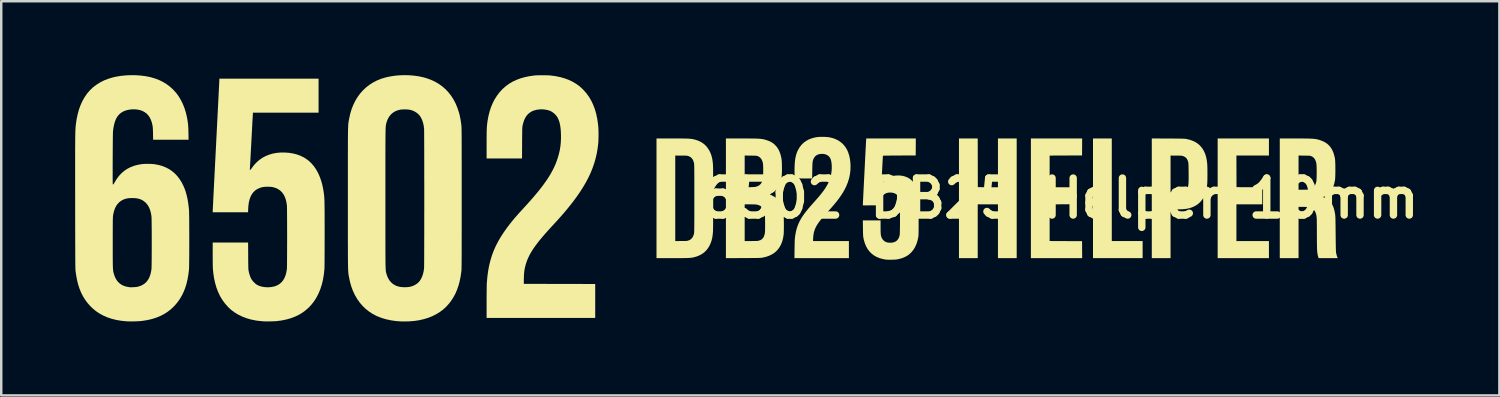
<source format=kicad_pcb>
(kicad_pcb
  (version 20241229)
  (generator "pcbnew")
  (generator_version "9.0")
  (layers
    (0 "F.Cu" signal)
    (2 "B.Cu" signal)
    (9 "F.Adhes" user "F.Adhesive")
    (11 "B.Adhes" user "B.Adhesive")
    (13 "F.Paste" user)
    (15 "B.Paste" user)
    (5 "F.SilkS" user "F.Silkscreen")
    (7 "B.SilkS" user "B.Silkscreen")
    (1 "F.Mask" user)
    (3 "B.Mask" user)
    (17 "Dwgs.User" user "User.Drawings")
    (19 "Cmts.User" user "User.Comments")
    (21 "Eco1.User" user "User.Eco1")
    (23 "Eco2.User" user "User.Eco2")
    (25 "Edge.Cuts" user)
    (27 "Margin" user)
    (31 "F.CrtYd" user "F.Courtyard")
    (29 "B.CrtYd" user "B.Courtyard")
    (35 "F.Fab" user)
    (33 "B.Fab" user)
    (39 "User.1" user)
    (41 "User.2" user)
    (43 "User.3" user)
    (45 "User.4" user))
  (footprint "6502 DB25 Helper 10mm"
    (layer "F.Cu")
    (at 39.973 4.999)
    (property "Reference" "6502 DB25 Helper 10mm" (at 0 0 0) (layer "F.SilkS") (effects (font (size 1.5 1.5) (thickness 0.3))))
    (attr board_only exclude_from_pos_files exclude_from_bom)
    (fp_poly (pts (xy 2.103 -0.347) (xy 2.103 1.735) (xy 2.729 1.735) (xy 3.355 1.735) (xy 3.355 2.081) (xy 3.355 2.428) (xy 2.348 2.428) (xy 1.341 2.428) (xy 1.341 0) (xy 1.341 -2.428) (xy 1.722 -2.428) (xy 2.103 -2.428)) (stroke (width 0) (type solid)) (fill yes) (layer "F.SilkS"))
    (fp_poly (pts (xy -3.336 -1.44) (xy -3.334 -0.453) (xy -2.925 -0.45) (xy -2.517 -0.448) (xy -2.517 -1.438) (xy -2.517 -2.428) (xy -2.136 -2.428) (xy -1.756 -2.428) (xy -1.756 0) (xy -1.756 2.428) (xy -2.136 2.428) (xy -2.517 2.428) (xy -2.517 1.337) (xy -2.517 0.245) (xy -2.928 0.245) (xy -3.338 0.245) (xy -3.338 1.337) (xy -3.338 2.428) (xy -3.719 2.428) (xy -4.099 2.428) (xy -4.099 0) (xy -4.099 -2.428) (xy -3.719 -2.428) (xy -3.338 -2.428)) (stroke (width 0) (type solid)) (fill yes) (layer "F.SilkS"))
    (fp_poly (pts (xy 0.899 -2.084) (xy 0.897 -1.739) (xy 0.239 -1.737) (xy -0.419 -1.734) (xy -0.419 -1.091) (xy -0.419 -0.448) (xy 0.106 -0.448) (xy 0.631 -0.448) (xy 0.628 -0.104) (xy 0.626 0.241) (xy 0.104 0.243) (xy -0.419 0.245) (xy -0.419 0.99) (xy -0.419 1.734) (xy 0.239 1.737) (xy 0.897 1.739) (xy 0.899 2.084) (xy 0.901 2.428) (xy -0.14 2.428) (xy -1.18 2.428) (xy -1.18 0) (xy -1.18 -2.428) (xy -0.14 -2.428) (xy 0.901 -2.428)) (stroke (width 0) (type solid)) (fill yes) (layer "F.SilkS"))
    (fp_poly (pts (xy 8.482 -2.081) (xy 8.482 -1.735) (xy 7.822 -1.735) (xy 7.162 -1.735) (xy 7.164 -1.094) (xy 7.166 -0.453) (xy 7.689 -0.45) (xy 8.211 -0.448) (xy 8.211 -0.101) (xy 8.211 0.245) (xy 7.687 0.245) (xy 7.162 0.245) (xy 7.162 0.99) (xy 7.162 1.735) (xy 7.822 1.735) (xy 8.482 1.735) (xy 8.482 2.081) (xy 8.482 2.428) (xy 7.441 2.428) (xy 6.401 2.428) (xy 6.401 0) (xy 6.401 -2.428) (xy 7.441 -2.428) (xy 8.482 -2.428)) (stroke (width 0) (type solid)) (fill yes) (layer "F.SilkS"))
    (fp_poly (pts (xy 4.393 -2.426) (xy 4.518 -2.425) (xy 4.626 -2.425) (xy 4.721 -2.424) (xy 4.801 -2.423) (xy 4.87 -2.422) (xy 4.928 -2.421) (xy 4.976 -2.42) (xy 5.016 -2.419) (xy 5.048 -2.417) (xy 5.074 -2.416) (xy 5.096 -2.414) (xy 5.114 -2.411) (xy 5.129 -2.409) (xy 5.132 -2.408) (xy 5.265 -2.376) (xy 5.384 -2.335) (xy 5.491 -2.285) (xy 5.586 -2.224) (xy 5.67 -2.153) (xy 5.744 -2.071) (xy 5.789 -2.009) (xy 5.847 -1.911) (xy 5.894 -1.803) (xy 5.931 -1.685) (xy 5.958 -1.554) (xy 5.976 -1.411) (xy 5.977 -1.393) (xy 5.98 -1.35) (xy 5.982 -1.293) (xy 5.984 -1.226) (xy 5.985 -1.15) (xy 5.986 -1.069) (xy 5.986 -0.985) (xy 5.986 -0.901) (xy 5.985 -0.82) (xy 5.984 -0.745) (xy 5.982 -0.678) (xy 5.98 -0.623) (xy 5.977 -0.581) (xy 5.977 -0.58) (xy 5.958 -0.427) (xy 5.928 -0.286) (xy 5.887 -0.159) (xy 5.834 -0.043) (xy 5.77 0.06) (xy 5.694 0.15) (xy 5.607 0.229) (xy 5.509 0.296) (xy 5.399 0.351) (xy 5.38 0.358) (xy 5.316 0.382) (xy 5.252 0.402) (xy 5.185 0.417) (xy 5.114 0.429) (xy 5.035 0.438) (xy 4.947 0.444) (xy 4.846 0.447) (xy 4.732 0.448) (xy 4.489 0.448) (xy 4.489 1.438) (xy 4.489 2.428) (xy 4.108 2.428) (xy 3.727 2.428) (xy 3.727 -0.000426) (xy 3.727 -0.99) (xy 4.489 -0.99) (xy 4.489 -0.245) (xy 4.705 -0.245) (xy 4.778 -0.246) (xy 4.836 -0.246) (xy 4.882 -0.248) (xy 4.917 -0.25) (xy 4.945 -0.253) (xy 4.968 -0.257) (xy 4.974 -0.259) (xy 5.043 -0.284) (xy 5.101 -0.322) (xy 5.147 -0.371) (xy 5.182 -0.433) (xy 5.196 -0.473) (xy 5.203 -0.5) (xy 5.209 -0.531) (xy 5.214 -0.567) (xy 5.217 -0.61) (xy 5.22 -0.661) (xy 5.222 -0.721) (xy 5.223 -0.793) (xy 5.223 -0.878) (xy 5.223 -0.977) (xy 5.222 -1.045) (xy 5.221 -1.137) (xy 5.22 -1.214) (xy 5.219 -1.277) (xy 5.218 -1.328) (xy 5.216 -1.37) (xy 5.214 -1.402) (xy 5.212 -1.428) (xy 5.209 -1.449) (xy 5.206 -1.467) (xy 5.204 -1.476) (xy 5.179 -1.55) (xy 5.146 -1.609) (xy 5.104 -1.655) (xy 5.052 -1.69) (xy 5.025 -1.703) (xy 5 -1.713) (xy 4.974 -1.721) (xy 4.944 -1.726) (xy 4.908 -1.73) (xy 4.864 -1.733) (xy 4.809 -1.734) (xy 4.741 -1.734) (xy 4.706 -1.734) (xy 4.489 -1.735) (xy 4.489 -0.99) (xy 3.727 -0.99) (xy 3.727 -2.429)) (stroke (width 0) (type solid)) (fill yes) (layer "F.SilkS"))
    (fp_poly (pts (xy -9.571 -2.493) (xy -9.499 -2.49) (xy -9.434 -2.485) (xy -9.379 -2.479) (xy -9.358 -2.476) (xy -9.224 -2.444) (xy -9.101 -2.399) (xy -8.988 -2.341) (xy -8.887 -2.271) (xy -8.797 -2.188) (xy -8.718 -2.093) (xy -8.651 -1.986) (xy -8.636 -1.957) (xy -8.589 -1.845) (xy -8.551 -1.722) (xy -8.524 -1.589) (xy -8.507 -1.45) (xy -8.5 -1.306) (xy -8.504 -1.16) (xy -8.519 -1.015) (xy -8.545 -0.872) (xy -8.567 -0.784) (xy -8.614 -0.637) (xy -8.673 -0.491) (xy -8.746 -0.345) (xy -8.832 -0.197) (xy -8.933 -0.047) (xy -8.978 0.015) (xy -9.025 0.078) (xy -9.075 0.142) (xy -9.131 0.21) (xy -9.192 0.283) (xy -9.261 0.362) (xy -9.339 0.45) (xy -9.427 0.547) (xy -9.472 0.597) (xy -9.567 0.703) (xy -9.65 0.798) (xy -9.721 0.886) (xy -9.783 0.967) (xy -9.835 1.042) (xy -9.879 1.114) (xy -9.915 1.183) (xy -9.945 1.251) (xy -9.969 1.319) (xy -9.988 1.389) (xy -9.989 1.39) (xy -9.997 1.431) (xy -10.005 1.483) (xy -10.012 1.542) (xy -10.017 1.603) (xy -10.021 1.659) (xy -10.022 1.699) (xy -10.022 1.735) (xy -9.294 1.735) (xy -8.567 1.735) (xy -8.567 2.081) (xy -8.567 2.428) (xy -9.672 2.428) (xy -10.777 2.428) (xy -10.773 2.058) (xy -10.771 1.95) (xy -10.769 1.857) (xy -10.767 1.778) (xy -10.765 1.712) (xy -10.761 1.657) (xy -10.758 1.613) (xy -10.755 1.582) (xy -10.737 1.463) (xy -10.715 1.351) (xy -10.689 1.244) (xy -10.657 1.142) (xy -10.619 1.042) (xy -10.573 0.944) (xy -10.52 0.845) (xy -10.458 0.744) (xy -10.386 0.64) (xy -10.304 0.532) (xy -10.211 0.417) (xy -10.106 0.295) (xy -10.004 0.181) (xy -9.892 0.055) (xy -9.792 -0.06) (xy -9.704 -0.167) (xy -9.626 -0.267) (xy -9.558 -0.361) (xy -9.499 -0.451) (xy -9.448 -0.536) (xy -9.405 -0.619) (xy -9.369 -0.702) (xy -9.338 -0.784) (xy -9.313 -0.867) (xy -9.307 -0.889) (xy -9.285 -0.991) (xy -9.27 -1.099) (xy -9.263 -1.208) (xy -9.263 -1.316) (xy -9.27 -1.418) (xy -9.285 -1.51) (xy -9.295 -1.553) (xy -9.323 -1.624) (xy -9.363 -1.685) (xy -9.415 -1.733) (xy -9.477 -1.769) (xy -9.549 -1.793) (xy -9.631 -1.804) (xy -9.722 -1.801) (xy -9.724 -1.8) (xy -9.801 -1.785) (xy -9.869 -1.756) (xy -9.925 -1.714) (xy -9.971 -1.659) (xy -9.993 -1.621) (xy -10.006 -1.593) (xy -10.017 -1.567) (xy -10.026 -1.54) (xy -10.033 -1.511) (xy -10.039 -1.478) (xy -10.043 -1.439) (xy -10.047 -1.392) (xy -10.049 -1.335) (xy -10.051 -1.266) (xy -10.053 -1.183) (xy -10.054 -1.123) (xy -10.058 -0.804) (xy -10.414 -0.806) (xy -10.771 -0.808) (xy -10.773 -1.024) (xy -10.774 -1.174) (xy -10.77 -1.308) (xy -10.764 -1.43) (xy -10.753 -1.539) (xy -10.738 -1.638) (xy -10.718 -1.729) (xy -10.694 -1.812) (xy -10.665 -1.89) (xy -10.63 -1.964) (xy -10.627 -1.97) (xy -10.562 -2.079) (xy -10.487 -2.175) (xy -10.401 -2.258) (xy -10.303 -2.329) (xy -10.195 -2.388) (xy -10.075 -2.434) (xy -9.944 -2.469) (xy -9.825 -2.488) (xy -9.775 -2.492) (xy -9.713 -2.494) (xy -9.643 -2.495)) (stroke (width 0) (type solid)) (fill yes) (layer "F.SilkS"))
    (fp_poly (pts (xy -15.608 -2.428) (xy -15.493 -2.428) (xy -15.392 -2.428) (xy -15.303 -2.427) (xy -15.227 -2.426) (xy -15.161 -2.424) (xy -15.103 -2.422) (xy -15.054 -2.42) (xy -15.011 -2.416) (xy -14.972 -2.413) (xy -14.938 -2.408) (xy -14.906 -2.402) (xy -14.875 -2.396) (xy -14.844 -2.389) (xy -14.816 -2.382) (xy -14.692 -2.342) (xy -14.58 -2.29) (xy -14.479 -2.226) (xy -14.39 -2.15) (xy -14.312 -2.061) (xy -14.245 -1.959) (xy -14.221 -1.915) (xy -14.177 -1.82) (xy -14.143 -1.721) (xy -14.116 -1.614) (xy -14.097 -1.498) (xy -14.085 -1.37) (xy -14.084 -1.35) (xy -14.083 -1.32) (xy -14.081 -1.275) (xy -14.08 -1.216) (xy -14.079 -1.143) (xy -14.079 -1.059) (xy -14.078 -0.963) (xy -14.077 -0.858) (xy -14.077 -0.745) (xy -14.076 -0.625) (xy -14.076 -0.499) (xy -14.075 -0.368) (xy -14.075 -0.234) (xy -14.075 -0.098) (xy -14.075 0.039) (xy -14.075 0.175) (xy -14.075 0.311) (xy -14.076 0.443) (xy -14.076 0.571) (xy -14.076 0.694) (xy -14.077 0.81) (xy -14.078 0.919) (xy -14.078 1.019) (xy -14.079 1.108) (xy -14.08 1.186) (xy -14.081 1.251) (xy -14.082 1.303) (xy -14.083 1.339) (xy -14.084 1.35) (xy -14.095 1.48) (xy -14.113 1.598) (xy -14.138 1.705) (xy -14.172 1.805) (xy -14.214 1.901) (xy -14.221 1.915) (xy -14.284 2.022) (xy -14.358 2.116) (xy -14.443 2.197) (xy -14.54 2.266) (xy -14.648 2.323) (xy -14.768 2.369) (xy -14.866 2.395) (xy -14.894 2.401) (xy -14.923 2.406) (xy -14.953 2.411) (xy -14.985 2.414) (xy -15.022 2.418) (xy -15.064 2.421) (xy -15.113 2.423) (xy -15.169 2.425) (xy -15.235 2.426) (xy -15.311 2.427) (xy -15.399 2.428) (xy -15.499 2.428) (xy -15.615 2.428) (xy -15.739 2.428) (xy -16.376 2.428) (xy -16.376 0) (xy -15.615 0) (xy -15.615 1.735) (xy -15.384 1.734) (xy -15.306 1.734) (xy -15.244 1.733) (xy -15.194 1.732) (xy -15.156 1.729) (xy -15.128 1.726) (xy -15.109 1.722) (xy -15.039 1.697) (xy -14.98 1.66) (xy -14.932 1.611) (xy -14.894 1.55) (xy -14.865 1.475) (xy -14.855 1.436) (xy -14.853 1.427) (xy -14.851 1.417) (xy -14.85 1.404) (xy -14.848 1.387) (xy -14.847 1.367) (xy -14.846 1.341) (xy -14.845 1.311) (xy -14.844 1.273) (xy -14.844 1.228) (xy -14.843 1.176) (xy -14.842 1.114) (xy -14.842 1.043) (xy -14.842 0.962) (xy -14.841 0.869) (xy -14.841 0.764) (xy -14.841 0.646) (xy -14.841 0.515) (xy -14.841 0.37) (xy -14.841 0.209) (xy -14.841 0.032) (xy -14.841 0) (xy -14.841 -0.18) (xy -14.841 -0.343) (xy -14.841 -0.491) (xy -14.841 -0.625) (xy -14.841 -0.745) (xy -14.841 -0.852) (xy -14.842 -0.947) (xy -14.842 -1.03) (xy -14.842 -1.103) (xy -14.843 -1.166) (xy -14.843 -1.22) (xy -14.844 -1.266) (xy -14.845 -1.305) (xy -14.846 -1.337) (xy -14.847 -1.363) (xy -14.848 -1.384) (xy -14.85 -1.401) (xy -14.851 -1.415) (xy -14.853 -1.426) (xy -14.855 -1.435) (xy -14.855 -1.436) (xy -14.88 -1.518) (xy -14.914 -1.585) (xy -14.957 -1.64) (xy -15.011 -1.682) (xy -15.076 -1.712) (xy -15.109 -1.722) (xy -15.129 -1.726) (xy -15.157 -1.729) (xy -15.196 -1.732) (xy -15.246 -1.733) (xy -15.309 -1.734) (xy -15.384 -1.734) (xy -15.615 -1.735) (xy -15.615 0) (xy -16.376 0) (xy -16.376 -2.428) (xy -15.739 -2.428)) (stroke (width 0) (type solid)) (fill yes) (layer "F.SilkS"))
    (fp_poly (pts (xy 9.685 -2.428) (xy 9.806 -2.428) (xy 9.913 -2.427) (xy 10.007 -2.426) (xy 10.089 -2.425) (xy 10.161 -2.422) (xy 10.223 -2.419) (xy 10.278 -2.416) (xy 10.327 -2.411) (xy 10.371 -2.406) (xy 10.41 -2.399) (xy 10.448 -2.391) (xy 10.484 -2.382) (xy 10.52 -2.372) (xy 10.558 -2.36) (xy 10.569 -2.356) (xy 10.68 -2.313) (xy 10.778 -2.261) (xy 10.865 -2.199) (xy 10.94 -2.125) (xy 11.005 -2.041) (xy 11.06 -1.944) (xy 11.105 -1.833) (xy 11.141 -1.71) (xy 11.162 -1.612) (xy 11.166 -1.577) (xy 11.17 -1.528) (xy 11.173 -1.466) (xy 11.176 -1.396) (xy 11.177 -1.318) (xy 11.178 -1.236) (xy 11.179 -1.152) (xy 11.178 -1.068) (xy 11.177 -0.988) (xy 11.175 -0.913) (xy 11.172 -0.846) (xy 11.169 -0.789) (xy 11.165 -0.745) (xy 11.162 -0.728) (xy 11.137 -0.611) (xy 11.104 -0.506) (xy 11.062 -0.41) (xy 11.007 -0.315) (xy 10.942 -0.233) (xy 10.867 -0.164) (xy 10.78 -0.106) (xy 10.752 -0.091) (xy 10.722 -0.074) (xy 10.699 -0.061) (xy 10.686 -0.051) (xy 10.684 -0.048) (xy 10.693 -0.042) (xy 10.713 -0.032) (xy 10.741 -0.019) (xy 10.748 -0.017) (xy 10.831 0.023) (xy 10.903 0.073) (xy 10.967 0.133) (xy 11.022 0.204) (xy 11.068 0.287) (xy 11.107 0.383) (xy 11.139 0.494) (xy 11.164 0.619) (xy 11.17 0.657) (xy 11.172 0.677) (xy 11.174 0.701) (xy 11.177 0.73) (xy 11.178 0.766) (xy 11.18 0.808) (xy 11.182 0.86) (xy 11.183 0.921) (xy 11.184 0.993) (xy 11.186 1.077) (xy 11.187 1.175) (xy 11.188 1.287) (xy 11.189 1.414) (xy 11.19 1.443) (xy 11.191 1.586) (xy 11.193 1.716) (xy 11.194 1.831) (xy 11.196 1.931) (xy 11.198 2.016) (xy 11.2 2.085) (xy 11.202 2.138) (xy 11.204 2.176) (xy 11.206 2.196) (xy 11.219 2.264) (xy 11.237 2.33) (xy 11.256 2.386) (xy 11.259 2.392) (xy 11.274 2.428) (xy 10.886 2.428) (xy 10.498 2.428) (xy 10.481 2.371) (xy 10.471 2.339) (xy 10.463 2.308) (xy 10.457 2.276) (xy 10.451 2.242) (xy 10.446 2.204) (xy 10.441 2.161) (xy 10.438 2.113) (xy 10.435 2.057) (xy 10.433 1.993) (xy 10.431 1.919) (xy 10.43 1.833) (xy 10.429 1.735) (xy 10.429 1.624) (xy 10.428 1.497) (xy 10.428 1.434) (xy 10.428 1.333) (xy 10.428 1.235) (xy 10.427 1.142) (xy 10.426 1.057) (xy 10.425 0.979) (xy 10.424 0.912) (xy 10.423 0.855) (xy 10.421 0.813) (xy 10.42 0.785) (xy 10.419 0.778) (xy 10.406 0.685) (xy 10.385 0.607) (xy 10.358 0.54) (xy 10.322 0.486) (xy 10.291 0.452) (xy 10.256 0.423) (xy 10.218 0.399) (xy 10.176 0.381) (xy 10.126 0.367) (xy 10.068 0.357) (xy 9.998 0.351) (xy 9.915 0.348) (xy 9.855 0.347) (xy 9.684 0.347) (xy 9.684 1.388) (xy 9.684 2.428) (xy 9.303 2.428) (xy 8.922 2.428) (xy 8.922 0) (xy 8.922 -1.041) (xy 9.684 -1.041) (xy 9.684 -0.347) (xy 9.855 -0.347) (xy 9.927 -0.348) (xy 9.99 -0.35) (xy 10.043 -0.353) (xy 10.082 -0.358) (xy 10.09 -0.359) (xy 10.171 -0.381) (xy 10.241 -0.414) (xy 10.299 -0.46) (xy 10.345 -0.518) (xy 10.38 -0.588) (xy 10.403 -0.671) (xy 10.407 -0.689) (xy 10.411 -0.723) (xy 10.414 -0.772) (xy 10.417 -0.832) (xy 10.419 -0.901) (xy 10.42 -0.975) (xy 10.421 -1.052) (xy 10.42 -1.129) (xy 10.419 -1.204) (xy 10.417 -1.272) (xy 10.415 -1.333) (xy 10.411 -1.382) (xy 10.407 -1.417) (xy 10.386 -1.5) (xy 10.355 -1.572) (xy 10.313 -1.632) (xy 10.261 -1.678) (xy 10.201 -1.711) (xy 10.186 -1.716) (xy 10.171 -1.721) (xy 10.154 -1.724) (xy 10.132 -1.727) (xy 10.104 -1.729) (xy 10.066 -1.73) (xy 10.018 -1.731) (xy 9.955 -1.732) (xy 9.918 -1.733) (xy 9.684 -1.736) (xy 9.684 -1.041) (xy 8.922 -1.041) (xy 8.922 -2.428) (xy 9.549 -2.428)) (stroke (width 0) (type solid)) (fill yes) (layer "F.SilkS"))
    (fp_poly (pts (xy -12.787 -2.428) (xy -12.665 -2.428) (xy -12.558 -2.427) (xy -12.463 -2.426) (xy -12.38 -2.425) (xy -12.308 -2.423) (xy -12.245 -2.42) (xy -12.19 -2.416) (xy -12.141 -2.412) (xy -12.097 -2.406) (xy -12.057 -2.4) (xy -12.02 -2.392) (xy -11.984 -2.383) (xy -11.948 -2.373) (xy -11.91 -2.361) (xy -11.895 -2.356) (xy -11.81 -2.325) (xy -11.736 -2.291) (xy -11.671 -2.252) (xy -11.61 -2.205) (xy -11.567 -2.167) (xy -11.496 -2.088) (xy -11.435 -1.998) (xy -11.385 -1.897) (xy -11.344 -1.783) (xy -11.312 -1.655) (xy -11.307 -1.625) (xy -11.301 -1.589) (xy -11.296 -1.552) (xy -11.292 -1.511) (xy -11.29 -1.463) (xy -11.287 -1.405) (xy -11.286 -1.335) (xy -11.285 -1.294) (xy -11.284 -1.165) (xy -11.286 -1.051) (xy -11.291 -0.95) (xy -11.3 -0.86) (xy -11.312 -0.779) (xy -11.329 -0.704) (xy -11.35 -0.635) (xy -11.376 -0.569) (xy -11.401 -0.514) (xy -11.453 -0.427) (xy -11.516 -0.347) (xy -11.589 -0.278) (xy -11.669 -0.22) (xy -11.737 -0.185) (xy -11.758 -0.173) (xy -11.77 -0.164) (xy -11.772 -0.16) (xy -11.763 -0.153) (xy -11.743 -0.142) (xy -11.715 -0.128) (xy -11.706 -0.124) (xy -11.606 -0.072) (xy -11.517 -0.008) (xy -11.44 0.069) (xy -11.373 0.158) (xy -11.318 0.259) (xy -11.274 0.373) (xy -11.241 0.5) (xy -11.219 0.635) (xy -11.216 0.672) (xy -11.213 0.723) (xy -11.211 0.786) (xy -11.209 0.858) (xy -11.208 0.936) (xy -11.207 1.018) (xy -11.206 1.101) (xy -11.207 1.182) (xy -11.207 1.26) (xy -11.209 1.33) (xy -11.21 1.39) (xy -11.213 1.439) (xy -11.215 1.468) (xy -11.238 1.612) (xy -11.271 1.743) (xy -11.317 1.863) (xy -11.374 1.971) (xy -11.422 2.042) (xy -11.499 2.132) (xy -11.588 2.209) (xy -11.689 2.275) (xy -11.801 2.33) (xy -11.926 2.374) (xy -12.057 2.405) (xy -12.074 2.408) (xy -12.091 2.411) (xy -12.109 2.413) (xy -12.129 2.415) (xy -12.153 2.417) (xy -12.181 2.419) (xy -12.215 2.42) (xy -12.256 2.421) (xy -12.305 2.422) (xy -12.364 2.423) (xy -12.433 2.424) (xy -12.515 2.424) (xy -12.609 2.425) (xy -12.718 2.425) (xy -12.843 2.426) (xy -12.854 2.426) (xy -13.559 2.429) (xy -13.559 0.99) (xy -12.797 0.99) (xy -12.797 1.735) (xy -12.538 1.735) (xy -12.46 1.734) (xy -12.397 1.734) (xy -12.346 1.733) (xy -12.307 1.731) (xy -12.276 1.729) (xy -12.252 1.726) (xy -12.232 1.722) (xy -12.228 1.721) (xy -12.159 1.697) (xy -12.103 1.664) (xy -12.058 1.62) (xy -12.023 1.564) (xy -11.997 1.495) (xy -11.984 1.444) (xy -11.98 1.422) (xy -11.977 1.4) (xy -11.974 1.375) (xy -11.972 1.345) (xy -11.971 1.309) (xy -11.969 1.264) (xy -11.969 1.209) (xy -11.968 1.141) (xy -11.968 1.058) (xy -11.968 1.041) (xy -11.969 0.94) (xy -11.969 0.854) (xy -11.971 0.782) (xy -11.973 0.721) (xy -11.977 0.669) (xy -11.982 0.625) (xy -11.988 0.587) (xy -11.995 0.553) (xy -12.004 0.521) (xy -12.01 0.504) (xy -12.042 0.431) (xy -12.085 0.371) (xy -12.138 0.323) (xy -12.203 0.287) (xy -12.281 0.261) (xy -12.298 0.257) (xy -12.326 0.253) (xy -12.365 0.25) (xy -12.417 0.247) (xy -12.483 0.246) (xy -12.564 0.246) (xy -12.575 0.246) (xy -12.797 0.245) (xy -12.797 0.99) (xy -13.559 0.99) (xy -13.559 0.000405) (xy -13.559 -1.091) (xy -12.797 -1.091) (xy -12.797 -0.446) (xy -12.592 -0.451) (xy -12.518 -0.453) (xy -12.458 -0.456) (xy -12.412 -0.459) (xy -12.376 -0.462) (xy -12.349 -0.467) (xy -12.337 -0.47) (xy -12.26 -0.497) (xy -12.197 -0.535) (xy -12.146 -0.584) (xy -12.106 -0.645) (xy -12.075 -0.719) (xy -12.071 -0.731) (xy -12.065 -0.751) (xy -12.06 -0.77) (xy -12.056 -0.79) (xy -12.054 -0.813) (xy -12.051 -0.842) (xy -12.05 -0.879) (xy -12.048 -0.926) (xy -12.047 -0.985) (xy -12.046 -1.058) (xy -12.045 -1.15) (xy -12.045 -1.228) (xy -12.047 -1.293) (xy -12.049 -1.347) (xy -12.054 -1.393) (xy -12.06 -1.433) (xy -12.068 -1.468) (xy -12.078 -1.501) (xy -12.079 -1.505) (xy -12.112 -1.577) (xy -12.154 -1.636) (xy -12.208 -1.682) (xy -12.263 -1.711) (xy -12.278 -1.716) (xy -12.293 -1.721) (xy -12.31 -1.724) (xy -12.331 -1.727) (xy -12.359 -1.729) (xy -12.396 -1.73) (xy -12.443 -1.731) (xy -12.504 -1.732) (xy -12.554 -1.733) (xy -12.797 -1.736) (xy -12.797 -1.091) (xy -13.559 -1.091) (xy -13.559 -2.428) (xy -12.924 -2.428)) (stroke (width 0) (type solid)) (fill yes) (layer "F.SilkS"))
    (fp_poly (pts (xy -20.916 -4.995) (xy -20.841 -4.993) (xy -20.772 -4.991) (xy -20.714 -4.988) (xy -20.675 -4.985) (xy -20.474 -4.958) (xy -20.287 -4.92) (xy -20.111 -4.87) (xy -19.947 -4.81) (xy -19.793 -4.738) (xy -19.65 -4.654) (xy -19.515 -4.558) (xy -19.494 -4.541) (xy -19.463 -4.515) (xy -19.425 -4.48) (xy -19.384 -4.441) (xy -19.344 -4.401) (xy -19.333 -4.39) (xy -19.218 -4.259) (xy -19.115 -4.116) (xy -19.024 -3.961) (xy -18.945 -3.794) (xy -18.878 -3.616) (xy -18.823 -3.426) (xy -18.781 -3.223) (xy -18.75 -3.009) (xy -18.737 -2.877) (xy -18.733 -2.805) (xy -18.73 -2.721) (xy -18.729 -2.63) (xy -18.729 -2.536) (xy -18.731 -2.443) (xy -18.733 -2.355) (xy -18.738 -2.276) (xy -18.741 -2.229) (xy -18.766 -2.023) (xy -18.801 -1.821) (xy -18.847 -1.622) (xy -18.903 -1.425) (xy -18.971 -1.229) (xy -19.05 -1.033) (xy -19.142 -0.837) (xy -19.247 -0.639) (xy -19.364 -0.44) (xy -19.495 -0.237) (xy -19.64 -0.029) (xy -19.799 0.183) (xy -19.973 0.401) (xy -20.041 0.482) (xy -20.106 0.56) (xy -20.17 0.635) (xy -20.235 0.71) (xy -20.303 0.786) (xy -20.375 0.867) (xy -20.454 0.954) (xy -20.542 1.049) (xy -20.59 1.101) (xy -20.732 1.256) (xy -20.862 1.4) (xy -20.98 1.536) (xy -21.087 1.663) (xy -21.183 1.783) (xy -21.27 1.897) (xy -21.347 2.005) (xy -21.416 2.108) (xy -21.477 2.208) (xy -21.531 2.305) (xy -21.577 2.401) (xy -21.618 2.495) (xy -21.653 2.589) (xy -21.683 2.684) (xy -21.702 2.754) (xy -21.723 2.845) (xy -21.739 2.936) (xy -21.75 3.029) (xy -21.757 3.131) (xy -21.76 3.244) (xy -21.761 3.274) (xy -21.762 3.473) (xy -20.313 3.475) (xy -18.864 3.478) (xy -18.864 4.167) (xy -18.864 4.857) (xy -21.068 4.857) (xy -23.272 4.857) (xy -23.272 4.207) (xy -23.272 4.1) (xy -23.272 3.996) (xy -23.271 3.895) (xy -23.27 3.799) (xy -23.269 3.711) (xy -23.268 3.632) (xy -23.267 3.563) (xy -23.266 3.506) (xy -23.265 3.462) (xy -23.263 3.435) (xy -23.242 3.192) (xy -23.212 2.962) (xy -23.172 2.743) (xy -23.121 2.534) (xy -23.06 2.331) (xy -22.987 2.135) (xy -22.902 1.941) (xy -22.804 1.75) (xy -22.692 1.559) (xy -22.566 1.366) (xy -22.43 1.176) (xy -22.363 1.088) (xy -22.296 1.001) (xy -22.226 0.915) (xy -22.152 0.826) (xy -22.073 0.734) (xy -21.987 0.636) (xy -21.892 0.531) (xy -21.786 0.416) (xy -21.762 0.389) (xy -21.594 0.205) (xy -21.439 0.031) (xy -21.296 -0.136) (xy -21.165 -0.294) (xy -21.046 -0.445) (xy -20.937 -0.591) (xy -20.838 -0.731) (xy -20.749 -0.867) (xy -20.669 -0.999) (xy -20.598 -1.128) (xy -20.534 -1.255) (xy -20.478 -1.381) (xy -20.429 -1.507) (xy -20.393 -1.612) (xy -20.343 -1.78) (xy -20.304 -1.944) (xy -20.277 -2.106) (xy -20.26 -2.272) (xy -20.253 -2.445) (xy -20.254 -2.589) (xy -20.26 -2.724) (xy -20.27 -2.844) (xy -20.285 -2.951) (xy -20.305 -3.048) (xy -20.33 -3.135) (xy -20.361 -3.214) (xy -20.393 -3.279) (xy -20.436 -3.344) (xy -20.491 -3.407) (xy -20.555 -3.464) (xy -20.623 -3.512) (xy -20.692 -3.548) (xy -20.706 -3.554) (xy -20.81 -3.585) (xy -20.919 -3.604) (xy -21.032 -3.612) (xy -21.143 -3.607) (xy -21.252 -3.591) (xy -21.353 -3.564) (xy -21.43 -3.532) (xy -21.514 -3.482) (xy -21.588 -3.421) (xy -21.653 -3.348) (xy -21.707 -3.261) (xy -21.753 -3.162) (xy -21.789 -3.048) (xy -21.81 -2.959) (xy -21.814 -2.942) (xy -21.816 -2.925) (xy -21.819 -2.906) (xy -21.821 -2.885) (xy -21.823 -2.86) (xy -21.824 -2.83) (xy -21.826 -2.794) (xy -21.827 -2.749) (xy -21.828 -2.695) (xy -21.828 -2.631) (xy -21.829 -2.556) (xy -21.83 -2.467) (xy -21.831 -2.364) (xy -21.831 -2.245) (xy -21.831 -2.244) (xy -21.835 -1.616) (xy -22.553 -1.616) (xy -23.272 -1.616) (xy -23.272 -2.19) (xy -23.272 -2.317) (xy -23.272 -2.429) (xy -23.271 -2.527) (xy -23.27 -2.614) (xy -23.269 -2.689) (xy -23.267 -2.756) (xy -23.265 -2.815) (xy -23.262 -2.869) (xy -23.259 -2.919) (xy -23.255 -2.966) (xy -23.25 -3.013) (xy -23.244 -3.06) (xy -23.238 -3.109) (xy -23.203 -3.313) (xy -23.156 -3.507) (xy -23.096 -3.691) (xy -23.025 -3.863) (xy -22.941 -4.025) (xy -22.845 -4.175) (xy -22.738 -4.314) (xy -22.619 -4.44) (xy -22.489 -4.555) (xy -22.358 -4.65) (xy -22.216 -4.734) (xy -22.063 -4.806) (xy -21.898 -4.868) (xy -21.721 -4.918) (xy -21.532 -4.957) (xy -21.33 -4.985) (xy -21.326 -4.985) (xy -21.28 -4.989) (xy -21.221 -4.992) (xy -21.151 -4.994) (xy -21.075 -4.995) (xy -20.995 -4.995)) (stroke (width 0) (type solid)) (fill yes) (layer "F.SilkS"))
    (fp_poly (pts (xy -5.853 -2.084) (xy -5.855 -1.739) (xy -6.521 -1.737) (xy -6.648 -1.736) (xy -6.759 -1.736) (xy -6.855 -1.735) (xy -6.936 -1.734) (xy -7.004 -1.733) (xy -7.06 -1.733) (xy -7.105 -1.731) (xy -7.139 -1.73) (xy -7.163 -1.729) (xy -7.178 -1.727) (xy -7.186 -1.725) (xy -7.188 -1.724) (xy -7.188 -1.714) (xy -7.189 -1.688) (xy -7.192 -1.649) (xy -7.194 -1.597) (xy -7.198 -1.534) (xy -7.202 -1.461) (xy -7.206 -1.38) (xy -7.211 -1.292) (xy -7.216 -1.199) (xy -7.217 -1.172) (xy -7.224 -1.057) (xy -7.229 -0.958) (xy -7.233 -0.874) (xy -7.237 -0.803) (xy -7.24 -0.744) (xy -7.243 -0.696) (xy -7.244 -0.659) (xy -7.245 -0.63) (xy -7.246 -0.608) (xy -7.246 -0.594) (xy -7.245 -0.584) (xy -7.244 -0.579) (xy -7.243 -0.576) (xy -7.241 -0.575) (xy -7.24 -0.575) (xy -7.232 -0.582) (xy -7.218 -0.599) (xy -7.202 -0.621) (xy -7.164 -0.671) (xy -7.115 -0.723) (xy -7.062 -0.771) (xy -7.009 -0.811) (xy -6.994 -0.82) (xy -6.903 -0.866) (xy -6.803 -0.899) (xy -6.697 -0.92) (xy -6.587 -0.928) (xy -6.476 -0.924) (xy -6.368 -0.907) (xy -6.264 -0.877) (xy -6.167 -0.835) (xy -6.159 -0.831) (xy -6.074 -0.775) (xy -5.998 -0.706) (xy -5.93 -0.622) (xy -5.872 -0.526) (xy -5.823 -0.418) (xy -5.785 -0.298) (xy -5.772 -0.245) (xy -5.766 -0.218) (xy -5.761 -0.193) (xy -5.756 -0.169) (xy -5.752 -0.144) (xy -5.749 -0.117) (xy -5.746 -0.088) (xy -5.744 -0.054) (xy -5.742 -0.015) (xy -5.74 0.031) (xy -5.739 0.084) (xy -5.738 0.146) (xy -5.737 0.219) (xy -5.737 0.302) (xy -5.737 0.399) (xy -5.737 0.509) (xy -5.737 0.634) (xy -5.737 0.723) (xy -5.737 0.856) (xy -5.737 0.973) (xy -5.737 1.076) (xy -5.737 1.165) (xy -5.737 1.242) (xy -5.738 1.307) (xy -5.739 1.363) (xy -5.739 1.409) (xy -5.74 1.448) (xy -5.742 1.48) (xy -5.743 1.507) (xy -5.745 1.529) (xy -5.747 1.549) (xy -5.749 1.566) (xy -5.752 1.582) (xy -5.752 1.582) (xy -5.783 1.725) (xy -5.826 1.856) (xy -5.879 1.975) (xy -5.943 2.082) (xy -6.017 2.175) (xy -6.048 2.207) (xy -6.096 2.252) (xy -6.138 2.288) (xy -6.18 2.318) (xy -6.227 2.347) (xy -6.257 2.363) (xy -6.371 2.415) (xy -6.497 2.455) (xy -6.567 2.471) (xy -6.606 2.478) (xy -6.644 2.483) (xy -6.686 2.487) (xy -6.735 2.49) (xy -6.795 2.491) (xy -6.837 2.492) (xy -6.892 2.493) (xy -6.943 2.493) (xy -6.987 2.492) (xy -7.021 2.492) (xy -7.041 2.491) (xy -7.044 2.491) (xy -7.187 2.466) (xy -7.319 2.429) (xy -7.44 2.38) (xy -7.549 2.319) (xy -7.646 2.245) (xy -7.732 2.159) (xy -7.806 2.06) (xy -7.869 1.949) (xy -7.92 1.825) (xy -7.96 1.69) (xy -7.976 1.612) (xy -7.981 1.585) (xy -7.985 1.557) (xy -7.988 1.527) (xy -7.99 1.492) (xy -7.992 1.45) (xy -7.994 1.399) (xy -7.995 1.337) (xy -7.997 1.261) (xy -7.997 1.208) (xy -8.001 0.897) (xy -7.641 0.897) (xy -7.281 0.897) (xy -7.281 1.167) (xy -7.28 1.254) (xy -7.28 1.326) (xy -7.278 1.386) (xy -7.275 1.435) (xy -7.271 1.476) (xy -7.265 1.51) (xy -7.258 1.541) (xy -7.248 1.57) (xy -7.236 1.599) (xy -7.231 1.611) (xy -7.194 1.674) (xy -7.144 1.725) (xy -7.085 1.764) (xy -7.015 1.79) (xy -6.954 1.8) (xy -6.859 1.803) (xy -6.776 1.793) (xy -6.703 1.77) (xy -6.641 1.734) (xy -6.59 1.684) (xy -6.549 1.622) (xy -6.519 1.546) (xy -6.506 1.497) (xy -6.504 1.476) (xy -6.501 1.44) (xy -6.499 1.39) (xy -6.498 1.328) (xy -6.496 1.256) (xy -6.495 1.175) (xy -6.494 1.088) (xy -6.493 0.995) (xy -6.493 0.899) (xy -6.493 0.801) (xy -6.493 0.703) (xy -6.493 0.606) (xy -6.494 0.512) (xy -6.494 0.423) (xy -6.496 0.341) (xy -6.497 0.267) (xy -6.499 0.202) (xy -6.501 0.149) (xy -6.503 0.11) (xy -6.505 0.085) (xy -6.506 0.082) (xy -6.529 -0.002) (xy -6.562 -0.073) (xy -6.606 -0.131) (xy -6.661 -0.176) (xy -6.727 -0.208) (xy -6.803 -0.228) (xy -6.817 -0.23) (xy -6.905 -0.235) (xy -6.986 -0.227) (xy -7.059 -0.205) (xy -7.123 -0.17) (xy -7.176 -0.123) (xy -7.218 -0.063) (xy -7.231 -0.038) (xy -7.248 0.005) (xy -7.261 0.045) (xy -7.27 0.089) (xy -7.276 0.141) (xy -7.28 0.19) (xy -7.285 0.283) (xy -7.642 0.286) (xy -8 0.288) (xy -8 0.251) (xy -7.999 0.238) (xy -7.998 0.21) (xy -7.996 0.167) (xy -7.994 0.111) (xy -7.99 0.042) (xy -7.986 -0.038) (xy -7.982 -0.128) (xy -7.977 -0.227) (xy -7.972 -0.334) (xy -7.966 -0.447) (xy -7.96 -0.566) (xy -7.954 -0.689) (xy -7.947 -0.816) (xy -7.941 -0.944) (xy -7.934 -1.074) (xy -7.928 -1.203) (xy -7.921 -1.331) (xy -7.915 -1.457) (xy -7.909 -1.578) (xy -7.903 -1.696) (xy -7.897 -1.807) (xy -7.892 -1.911) (xy -7.887 -2.007) (xy -7.882 -2.094) (xy -7.878 -2.17) (xy -7.875 -2.235) (xy -7.872 -2.287) (xy -7.87 -2.325) (xy -7.868 -2.348) (xy -7.868 -2.35) (xy -7.863 -2.428) (xy -6.857 -2.428) (xy -5.851 -2.428)) (stroke (width 0) (type solid)) (fill yes) (layer "F.SilkS"))
    (fp_poly (pts (xy -30.092 -4.167) (xy -30.092 -3.477) (xy -31.423 -3.477) (xy -32.755 -3.477) (xy -32.761 -3.408) (xy -32.762 -3.39) (xy -32.764 -3.357) (xy -32.766 -3.31) (xy -32.77 -3.248) (xy -32.774 -3.175) (xy -32.779 -3.09) (xy -32.784 -2.994) (xy -32.789 -2.89) (xy -32.795 -2.778) (xy -32.802 -2.659) (xy -32.808 -2.534) (xy -32.815 -2.405) (xy -32.82 -2.31) (xy -32.827 -2.178) (xy -32.834 -2.05) (xy -32.841 -1.927) (xy -32.847 -1.81) (xy -32.853 -1.701) (xy -32.858 -1.599) (xy -32.863 -1.507) (xy -32.868 -1.425) (xy -32.872 -1.356) (xy -32.875 -1.298) (xy -32.877 -1.255) (xy -32.879 -1.227) (xy -32.88 -1.216) (xy -32.882 -1.183) (xy -32.882 -1.164) (xy -32.879 -1.154) (xy -32.873 -1.151) (xy -32.87 -1.151) (xy -32.857 -1.158) (xy -32.838 -1.18) (xy -32.813 -1.213) (xy -32.808 -1.221) (xy -32.714 -1.347) (xy -32.609 -1.459) (xy -32.495 -1.558) (xy -32.372 -1.644) (xy -32.239 -1.715) (xy -32.097 -1.772) (xy -31.947 -1.816) (xy -31.79 -1.844) (xy -31.624 -1.859) (xy -31.459 -1.858) (xy -31.287 -1.845) (xy -31.125 -1.819) (xy -30.975 -1.78) (xy -30.833 -1.729) (xy -30.701 -1.665) (xy -30.602 -1.605) (xy -30.486 -1.518) (xy -30.379 -1.416) (xy -30.281 -1.301) (xy -30.193 -1.172) (xy -30.114 -1.031) (xy -30.045 -0.876) (xy -29.986 -0.71) (xy -29.937 -0.531) (xy -29.899 -0.341) (xy -29.888 -0.272) (xy -29.883 -0.236) (xy -29.878 -0.201) (xy -29.874 -0.168) (xy -29.87 -0.135) (xy -29.866 -0.101) (xy -29.863 -0.065) (xy -29.86 -0.027) (xy -29.858 0.014) (xy -29.855 0.06) (xy -29.854 0.111) (xy -29.852 0.169) (xy -29.851 0.233) (xy -29.85 0.306) (xy -29.849 0.387) (xy -29.848 0.478) (xy -29.847 0.58) (xy -29.847 0.693) (xy -29.847 0.819) (xy -29.847 0.958) (xy -29.846 1.111) (xy -29.846 1.28) (xy -29.846 1.447) (xy -29.846 1.641) (xy -29.847 1.822) (xy -29.847 1.99) (xy -29.847 2.145) (xy -29.848 2.287) (xy -29.848 2.414) (xy -29.849 2.527) (xy -29.85 2.626) (xy -29.851 2.709) (xy -29.852 2.777) (xy -29.853 2.828) (xy -29.854 2.864) (xy -29.855 2.877) (xy -29.879 3.097) (xy -29.914 3.306) (xy -29.962 3.503) (xy -30.022 3.689) (xy -30.094 3.863) (xy -30.177 4.025) (xy -30.273 4.176) (xy -30.38 4.314) (xy -30.499 4.441) (xy -30.63 4.555) (xy -30.76 4.65) (xy -30.903 4.734) (xy -31.058 4.807) (xy -31.224 4.869) (xy -31.402 4.919) (xy -31.59 4.958) (xy -31.78 4.983) (xy -31.813 4.986) (xy -31.858 4.989) (xy -31.913 4.991) (xy -31.974 4.993) (xy -32.038 4.995) (xy -32.102 4.996) (xy -32.162 4.997) (xy -32.217 4.997) (xy -32.261 4.997) (xy -32.293 4.996) (xy -32.3 4.996) (xy -32.377 4.989) (xy -32.44 4.983) (xy -32.492 4.978) (xy -32.536 4.973) (xy -32.573 4.969) (xy -32.608 4.964) (xy -32.643 4.958) (xy -32.651 4.957) (xy -32.842 4.918) (xy -33.023 4.865) (xy -33.194 4.8) (xy -33.353 4.722) (xy -33.502 4.632) (xy -33.624 4.541) (xy -33.655 4.515) (xy -33.694 4.48) (xy -33.735 4.441) (xy -33.775 4.401) (xy -33.785 4.39) (xy -33.899 4.26) (xy -34.001 4.119) (xy -34.092 3.967) (xy -34.17 3.803) (xy -34.237 3.627) (xy -34.291 3.439) (xy -34.335 3.24) (xy -34.366 3.028) (xy -34.381 2.873) (xy -34.383 2.844) (xy -34.384 2.8) (xy -34.386 2.743) (xy -34.387 2.675) (xy -34.388 2.598) (xy -34.389 2.514) (xy -34.389 2.425) (xy -34.39 2.333) (xy -34.39 2.279) (xy -34.39 1.794) (xy -33.671 1.794) (xy -32.953 1.794) (xy -32.949 2.333) (xy -32.949 2.445) (xy -32.948 2.541) (xy -32.947 2.623) (xy -32.946 2.692) (xy -32.945 2.75) (xy -32.944 2.798) (xy -32.943 2.837) (xy -32.941 2.87) (xy -32.939 2.896) (xy -32.936 2.919) (xy -32.934 2.938) (xy -32.931 2.953) (xy -32.914 3.028) (xy -32.892 3.104) (xy -32.866 3.178) (xy -32.839 3.243) (xy -32.822 3.274) (xy -32.793 3.319) (xy -32.754 3.367) (xy -32.709 3.415) (xy -32.662 3.459) (xy -32.617 3.495) (xy -32.594 3.51) (xy -32.512 3.55) (xy -32.419 3.58) (xy -32.318 3.6) (xy -32.212 3.61) (xy -32.104 3.61) (xy -31.997 3.6) (xy -31.894 3.578) (xy -31.858 3.568) (xy -31.762 3.529) (xy -31.676 3.477) (xy -31.6 3.411) (xy -31.535 3.333) (xy -31.48 3.241) (xy -31.436 3.136) (xy -31.403 3.019) (xy -31.381 2.889) (xy -31.378 2.867) (xy -31.377 2.847) (xy -31.376 2.811) (xy -31.375 2.762) (xy -31.374 2.698) (xy -31.373 2.623) (xy -31.372 2.537) (xy -31.372 2.441) (xy -31.371 2.336) (xy -31.371 2.224) (xy -31.37 2.106) (xy -31.37 1.983) (xy -31.369 1.856) (xy -31.369 1.727) (xy -31.369 1.596) (xy -31.369 1.465) (xy -31.369 1.335) (xy -31.37 1.208) (xy -31.37 1.084) (xy -31.37 0.964) (xy -31.371 0.85) (xy -31.371 0.744) (xy -31.372 0.645) (xy -31.373 0.556) (xy -31.373 0.477) (xy -31.374 0.411) (xy -31.375 0.357) (xy -31.376 0.317) (xy -31.377 0.293) (xy -31.378 0.29) (xy -31.398 0.155) (xy -31.428 0.035) (xy -31.469 -0.073) (xy -31.52 -0.168) (xy -31.582 -0.249) (xy -31.654 -0.318) (xy -31.738 -0.375) (xy -31.833 -0.419) (xy -31.938 -0.451) (xy -31.953 -0.454) (xy -32.011 -0.463) (xy -32.081 -0.468) (xy -32.157 -0.47) (xy -32.233 -0.468) (xy -32.306 -0.463) (xy -32.369 -0.453) (xy -32.385 -0.45) (xy -32.489 -0.418) (xy -32.583 -0.374) (xy -32.666 -0.318) (xy -32.738 -0.248) (xy -32.8 -0.166) (xy -32.851 -0.071) (xy -32.891 0.037) (xy -32.921 0.159) (xy -32.94 0.293) (xy -32.949 0.421) (xy -32.954 0.567) (xy -33.672 0.567) (xy -34.39 0.567) (xy -34.39 0.535) (xy -34.389 0.524) (xy -34.388 0.497) (xy -34.386 0.454) (xy -34.383 0.396) (xy -34.38 0.324) (xy -34.375 0.239) (xy -34.37 0.14) (xy -34.365 0.029) (xy -34.359 -0.094) (xy -34.352 -0.228) (xy -34.345 -0.372) (xy -34.337 -0.526) (xy -34.329 -0.689) (xy -34.32 -0.86) (xy -34.311 -1.04) (xy -34.301 -1.226) (xy -34.292 -1.419) (xy -34.281 -1.618) (xy -34.271 -1.822) (xy -34.26 -2.031) (xy -34.254 -2.145) (xy -34.244 -2.356) (xy -34.233 -2.563) (xy -34.223 -2.764) (xy -34.213 -2.961) (xy -34.203 -3.151) (xy -34.194 -3.334) (xy -34.185 -3.51) (xy -34.176 -3.677) (xy -34.168 -3.836) (xy -34.161 -3.986) (xy -34.154 -4.125) (xy -34.147 -4.254) (xy -34.141 -4.372) (xy -34.136 -4.477) (xy -34.131 -4.57) (xy -34.128 -4.649) (xy -34.124 -4.715) (xy -34.122 -4.766) (xy -34.12 -4.801) (xy -34.119 -4.821) (xy -34.119 -4.825) (xy -34.119 -4.857) (xy -32.105 -4.857) (xy -30.092 -4.857)) (stroke (width 0) (type solid)) (fill yes) (layer "F.SilkS"))
    (fp_poly (pts (xy -26.4 -4.994) (xy -26.205 -4.977) (xy -26.015 -4.949) (xy -25.834 -4.91) (xy -25.702 -4.872) (xy -25.526 -4.808) (xy -25.362 -4.731) (xy -25.209 -4.641) (xy -25.066 -4.538) (xy -24.935 -4.423) (xy -24.816 -4.295) (xy -24.708 -4.156) (xy -24.611 -4.004) (xy -24.526 -3.84) (xy -24.454 -3.664) (xy -24.393 -3.477) (xy -24.38 -3.431) (xy -24.357 -3.335) (xy -24.336 -3.226) (xy -24.316 -3.11) (xy -24.3 -2.989) (xy -24.299 -2.978) (xy -24.297 -2.966) (xy -24.296 -2.952) (xy -24.295 -2.938) (xy -24.293 -2.921) (xy -24.292 -2.903) (xy -24.291 -2.881) (xy -24.29 -2.856) (xy -24.29 -2.827) (xy -24.289 -2.793) (xy -24.288 -2.754) (xy -24.287 -2.709) (xy -24.287 -2.658) (xy -24.286 -2.6) (xy -24.286 -2.535) (xy -24.285 -2.462) (xy -24.285 -2.381) (xy -24.285 -2.29) (xy -24.284 -2.19) (xy -24.284 -2.079) (xy -24.284 -1.958) (xy -24.284 -1.825) (xy -24.284 -1.681) (xy -24.283 -1.524) (xy -24.283 -1.355) (xy -24.283 -1.171) (xy -24.283 -0.974) (xy -24.283 -0.762) (xy -24.283 -0.535) (xy -24.283 -0.292) (xy -24.283 -0.033) (xy -24.283 0) (xy -24.283 0.261) (xy -24.283 0.506) (xy -24.283 0.735) (xy -24.283 0.949) (xy -24.283 1.148) (xy -24.283 1.333) (xy -24.283 1.504) (xy -24.284 1.662) (xy -24.284 1.808) (xy -24.284 1.942) (xy -24.284 2.065) (xy -24.284 2.176) (xy -24.285 2.278) (xy -24.285 2.37) (xy -24.285 2.452) (xy -24.286 2.527) (xy -24.286 2.593) (xy -24.287 2.651) (xy -24.287 2.703) (xy -24.288 2.749) (xy -24.289 2.788) (xy -24.29 2.823) (xy -24.29 2.853) (xy -24.291 2.878) (xy -24.292 2.9) (xy -24.293 2.919) (xy -24.294 2.936) (xy -24.296 2.951) (xy -24.297 2.964) (xy -24.298 2.977) (xy -24.299 2.978) (xy -24.328 3.184) (xy -24.368 3.377) (xy -24.417 3.557) (xy -24.477 3.726) (xy -24.547 3.885) (xy -24.629 4.034) (xy -24.722 4.175) (xy -24.79 4.264) (xy -24.904 4.392) (xy -25.029 4.508) (xy -25.167 4.612) (xy -25.315 4.704) (xy -25.474 4.784) (xy -25.644 4.851) (xy -25.824 4.906) (xy -26.014 4.949) (xy -26.213 4.979) (xy -26.421 4.995) (xy -26.639 4.999) (xy -26.788 4.995) (xy -26.977 4.979) (xy -27.163 4.951) (xy -27.344 4.912) (xy -27.516 4.862) (xy -27.678 4.801) (xy -27.756 4.766) (xy -27.911 4.684) (xy -28.055 4.588) (xy -28.19 4.48) (xy -28.314 4.358) (xy -28.427 4.225) (xy -28.529 4.08) (xy -28.619 3.924) (xy -28.697 3.758) (xy -28.763 3.582) (xy -28.816 3.396) (xy -28.851 3.232) (xy -28.856 3.207) (xy -28.86 3.184) (xy -28.864 3.162) (xy -28.868 3.142) (xy -28.872 3.122) (xy -28.875 3.102) (xy -28.878 3.082) (xy -28.881 3.06) (xy -28.883 3.037) (xy -28.886 3.012) (xy -28.888 2.983) (xy -28.89 2.952) (xy -28.892 2.916) (xy -28.894 2.876) (xy -28.895 2.83) (xy -28.896 2.779) (xy -28.897 2.722) (xy -28.898 2.658) (xy -28.899 2.586) (xy -28.9 2.507) (xy -28.901 2.419) (xy -28.901 2.322) (xy -28.902 2.216) (xy -28.902 2.099) (xy -28.902 1.971) (xy -28.903 1.833) (xy -28.903 1.682) (xy -28.903 1.519) (xy -28.903 1.343) (xy -28.903 1.153) (xy -28.903 0.949) (xy -28.903 0.731) (xy -28.903 0.497) (xy -28.903 0.247) (xy -28.903 0) (xy -28.903 -0.265) (xy -28.903 -0.513) (xy -28.903 -0.62) (xy -27.38 -0.62) (xy -27.38 -0.381) (xy -27.38 -0.126) (xy -27.38 0) (xy -27.38 0.263) (xy -27.38 0.509) (xy -27.38 0.739) (xy -27.38 0.955) (xy -27.38 1.155) (xy -27.38 1.341) (xy -27.38 1.514) (xy -27.38 1.674) (xy -27.379 1.821) (xy -27.379 1.956) (xy -27.379 2.08) (xy -27.379 2.193) (xy -27.378 2.296) (xy -27.378 2.389) (xy -27.377 2.472) (xy -27.376 2.548) (xy -27.376 2.615) (xy -27.375 2.674) (xy -27.374 2.727) (xy -27.372 2.773) (xy -27.371 2.813) (xy -27.37 2.848) (xy -27.368 2.879) (xy -27.367 2.905) (xy -27.365 2.927) (xy -27.363 2.946) (xy -27.361 2.963) (xy -27.358 2.978) (xy -27.356 2.991) (xy -27.353 3.004) (xy -27.35 3.016) (xy -27.347 3.028) (xy -27.343 3.041) (xy -27.342 3.048) (xy -27.307 3.16) (xy -27.26 3.261) (xy -27.202 3.35) (xy -27.133 3.427) (xy -27.054 3.49) (xy -26.966 3.541) (xy -26.868 3.577) (xy -26.86 3.579) (xy -26.778 3.596) (xy -26.687 3.606) (xy -26.591 3.61) (xy -26.496 3.606) (xy -26.407 3.596) (xy -26.365 3.588) (xy -26.271 3.559) (xy -26.181 3.517) (xy -26.1 3.465) (xy -26.029 3.403) (xy -25.992 3.361) (xy -25.937 3.278) (xy -25.891 3.183) (xy -25.854 3.075) (xy -25.827 2.956) (xy -25.81 2.835) (xy -25.81 2.819) (xy -25.809 2.787) (xy -25.808 2.74) (xy -25.808 2.678) (xy -25.807 2.602) (xy -25.806 2.514) (xy -25.806 2.413) (xy -25.805 2.3) (xy -25.805 2.177) (xy -25.805 2.044) (xy -25.804 1.902) (xy -25.804 1.751) (xy -25.804 1.593) (xy -25.803 1.428) (xy -25.803 1.256) (xy -25.803 1.08) (xy -25.803 0.899) (xy -25.803 0.715) (xy -25.802 0.527) (xy -25.802 0.338) (xy -25.802 0.147) (xy -25.802 -0.045) (xy -25.802 -0.236) (xy -25.802 -0.427) (xy -25.802 -0.616) (xy -25.803 -0.802) (xy -25.803 -0.985) (xy -25.803 -1.163) (xy -25.803 -1.337) (xy -25.803 -1.506) (xy -25.804 -1.668) (xy -25.804 -1.823) (xy -25.804 -1.969) (xy -25.805 -2.107) (xy -25.805 -2.236) (xy -25.806 -2.354) (xy -25.806 -2.462) (xy -25.807 -2.557) (xy -25.807 -2.64) (xy -25.808 -2.709) (xy -25.808 -2.764) (xy -25.809 -2.804) (xy -25.81 -2.829) (xy -25.81 -2.835) (xy -25.828 -2.964) (xy -25.856 -3.082) (xy -25.894 -3.189) (xy -25.94 -3.284) (xy -25.992 -3.361) (xy -26.055 -3.428) (xy -26.132 -3.488) (xy -26.218 -3.536) (xy -26.312 -3.574) (xy -26.369 -3.589) (xy -26.428 -3.599) (xy -26.498 -3.606) (xy -26.574 -3.609) (xy -26.65 -3.608) (xy -26.722 -3.604) (xy -26.785 -3.596) (xy -26.8 -3.593) (xy -26.908 -3.563) (xy -27.005 -3.519) (xy -27.091 -3.462) (xy -27.166 -3.393) (xy -27.23 -3.311) (xy -27.283 -3.217) (xy -27.324 -3.11) (xy -27.342 -3.048) (xy -27.345 -3.034) (xy -27.348 -3.022) (xy -27.352 -3.009) (xy -27.354 -2.997) (xy -27.357 -2.984) (xy -27.359 -2.97) (xy -27.362 -2.955) (xy -27.364 -2.937) (xy -27.366 -2.916) (xy -27.367 -2.891) (xy -27.369 -2.863) (xy -27.371 -2.831) (xy -27.372 -2.793) (xy -27.373 -2.749) (xy -27.374 -2.7) (xy -27.375 -2.644) (xy -27.376 -2.58) (xy -27.377 -2.509) (xy -27.377 -2.429) (xy -27.378 -2.341) (xy -27.378 -2.243) (xy -27.379 -2.135) (xy -27.379 -2.016) (xy -27.379 -1.886) (xy -27.38 -1.745) (xy -27.38 -1.591) (xy -27.38 -1.425) (xy -27.38 -1.245) (xy -27.38 -1.051) (xy -27.38 -0.843) (xy -27.38 -0.62) (xy -28.903 -0.62) (xy -28.903 -0.746) (xy -28.903 -0.964) (xy -28.903 -1.166) (xy -28.903 -1.355) (xy -28.903 -1.53) (xy -28.903 -1.693) (xy -28.903 -1.843) (xy -28.902 -1.981) (xy -28.902 -2.107) (xy -28.902 -2.223) (xy -28.901 -2.329) (xy -28.901 -2.425) (xy -28.9 -2.513) (xy -28.899 -2.591) (xy -28.898 -2.662) (xy -28.897 -2.726) (xy -28.896 -2.783) (xy -28.895 -2.833) (xy -28.893 -2.878) (xy -28.892 -2.918) (xy -28.89 -2.954) (xy -28.888 -2.985) (xy -28.886 -3.014) (xy -28.883 -3.039) (xy -28.881 -3.062) (xy -28.878 -3.083) (xy -28.875 -3.104) (xy -28.871 -3.124) (xy -28.868 -3.143) (xy -28.864 -3.164) (xy -28.86 -3.185) (xy -28.856 -3.208) (xy -28.851 -3.232) (xy -28.808 -3.428) (xy -28.753 -3.614) (xy -28.684 -3.79) (xy -28.603 -3.955) (xy -28.51 -4.11) (xy -28.405 -4.253) (xy -28.289 -4.384) (xy -28.162 -4.503) (xy -28.023 -4.61) (xy -27.875 -4.704) (xy -27.716 -4.785) (xy -27.547 -4.853) (xy -27.371 -4.906) (xy -27.186 -4.946) (xy -26.994 -4.976) (xy -26.797 -4.993) (xy -26.598 -4.999)) (stroke (width 0) (type solid)) (fill yes) (layer "F.SilkS"))
    (fp_poly (pts (xy -37.509 -4.996) (xy -37.307 -4.982) (xy -37.114 -4.957) (xy -36.922 -4.919) (xy -36.742 -4.867) (xy -36.572 -4.803) (xy -36.412 -4.725) (xy -36.264 -4.635) (xy -36.125 -4.531) (xy -35.997 -4.414) (xy -35.879 -4.284) (xy -35.866 -4.269) (xy -35.769 -4.136) (xy -35.682 -3.99) (xy -35.604 -3.833) (xy -35.537 -3.665) (xy -35.481 -3.488) (xy -35.437 -3.302) (xy -35.427 -3.249) (xy -35.413 -3.169) (xy -35.402 -3.095) (xy -35.393 -3.023) (xy -35.386 -2.951) (xy -35.381 -2.874) (xy -35.377 -2.79) (xy -35.375 -2.693) (xy -35.374 -2.642) (xy -35.369 -2.378) (xy -36.089 -2.378) (xy -36.808 -2.378) (xy -36.812 -2.621) (xy -36.814 -2.715) (xy -36.817 -2.793) (xy -36.82 -2.856) (xy -36.825 -2.905) (xy -36.83 -2.94) (xy -36.857 -3.065) (xy -36.895 -3.177) (xy -36.941 -3.274) (xy -36.998 -3.359) (xy -37.065 -3.432) (xy -37.143 -3.492) (xy -37.232 -3.541) (xy -37.245 -3.547) (xy -37.34 -3.58) (xy -37.444 -3.602) (xy -37.553 -3.612) (xy -37.664 -3.611) (xy -37.775 -3.599) (xy -37.881 -3.576) (xy -37.98 -3.542) (xy -38.029 -3.519) (xy -38.104 -3.474) (xy -38.17 -3.421) (xy -38.228 -3.359) (xy -38.279 -3.288) (xy -38.322 -3.205) (xy -38.359 -3.11) (xy -38.389 -3.002) (xy -38.415 -2.88) (xy -38.435 -2.743) (xy -38.436 -2.737) (xy -38.437 -2.715) (xy -38.439 -2.677) (xy -38.44 -2.621) (xy -38.441 -2.55) (xy -38.443 -2.463) (xy -38.444 -2.359) (xy -38.445 -2.241) (xy -38.446 -2.107) (xy -38.447 -1.957) (xy -38.448 -1.793) (xy -38.449 -1.614) (xy -38.449 -1.61) (xy -38.449 -1.455) (xy -38.45 -1.316) (xy -38.45 -1.192) (xy -38.45 -1.082) (xy -38.45 -0.986) (xy -38.451 -0.903) (xy -38.45 -0.831) (xy -38.45 -0.769) (xy -38.45 -0.718) (xy -38.449 -0.676) (xy -38.449 -0.642) (xy -38.448 -0.615) (xy -38.447 -0.595) (xy -38.446 -0.58) (xy -38.444 -0.57) (xy -38.442 -0.564) (xy -38.441 -0.56) (xy -38.438 -0.559) (xy -38.436 -0.558) (xy -38.436 -0.558) (xy -38.426 -0.563) (xy -38.413 -0.577) (xy -38.396 -0.604) (xy -38.373 -0.643) (xy -38.367 -0.653) (xy -38.283 -0.79) (xy -38.191 -0.912) (xy -38.09 -1.02) (xy -37.979 -1.114) (xy -37.859 -1.195) (xy -37.729 -1.262) (xy -37.589 -1.317) (xy -37.437 -1.358) (xy -37.275 -1.387) (xy -37.267 -1.388) (xy -37.212 -1.393) (xy -37.144 -1.397) (xy -37.069 -1.398) (xy -36.99 -1.398) (xy -36.912 -1.396) (xy -36.84 -1.392) (xy -36.777 -1.387) (xy -36.755 -1.384) (xy -36.59 -1.354) (xy -36.437 -1.311) (xy -36.293 -1.254) (xy -36.16 -1.185) (xy -36.037 -1.101) (xy -35.924 -1.005) (xy -35.82 -0.894) (xy -35.726 -0.769) (xy -35.641 -0.631) (xy -35.566 -0.478) (xy -35.532 -0.397) (xy -35.486 -0.268) (xy -35.446 -0.125) (xy -35.411 0.032) (xy -35.383 0.201) (xy -35.36 0.38) (xy -35.353 0.461) (xy -35.351 0.49) (xy -35.349 0.535) (xy -35.348 0.593) (xy -35.347 0.665) (xy -35.345 0.748) (xy -35.344 0.841) (xy -35.343 0.943) (xy -35.343 1.053) (xy -35.342 1.17) (xy -35.342 1.292) (xy -35.341 1.417) (xy -35.341 1.545) (xy -35.341 1.675) (xy -35.341 1.804) (xy -35.341 1.933) (xy -35.341 2.058) (xy -35.342 2.18) (xy -35.342 2.297) (xy -35.343 2.407) (xy -35.344 2.51) (xy -35.345 2.604) (xy -35.346 2.687) (xy -35.348 2.76) (xy -35.349 2.819) (xy -35.351 2.864) (xy -35.352 2.894) (xy -35.353 2.898) (xy -35.378 3.105) (xy -35.413 3.298) (xy -35.456 3.478) (xy -35.509 3.647) (xy -35.572 3.804) (xy -35.644 3.952) (xy -35.726 4.089) (xy -35.831 4.236) (xy -35.946 4.369) (xy -36.072 4.49) (xy -36.207 4.597) (xy -36.353 4.692) (xy -36.51 4.774) (xy -36.678 4.843) (xy -36.857 4.9) (xy -37.047 4.944) (xy -37.249 4.975) (xy -37.284 4.979) (xy -37.342 4.985) (xy -37.414 4.989) (xy -37.495 4.993) (xy -37.58 4.995) (xy -37.665 4.996) (xy -37.748 4.996) (xy -37.822 4.995) (xy -37.886 4.993) (xy -37.901 4.992) (xy -38.109 4.97) (xy -38.306 4.936) (xy -38.491 4.89) (xy -38.665 4.832) (xy -38.829 4.761) (xy -38.982 4.678) (xy -39.125 4.582) (xy -39.258 4.473) (xy -39.353 4.381) (xy -39.463 4.258) (xy -39.561 4.127) (xy -39.649 3.987) (xy -39.726 3.837) (xy -39.792 3.678) (xy -39.848 3.507) (xy -39.894 3.324) (xy -39.931 3.128) (xy -39.955 2.961) (xy -39.956 2.949) (xy -39.957 2.935) (xy -39.959 2.919) (xy -39.96 2.901) (xy -39.961 2.88) (xy -39.962 2.855) (xy -39.963 2.826) (xy -39.964 2.793) (xy -39.964 2.754) (xy -39.965 2.709) (xy -39.966 2.657) (xy -39.966 2.599) (xy -39.967 2.533) (xy -39.967 2.459) (xy -39.968 2.376) (xy -39.968 2.283) (xy -39.969 2.181) (xy -39.969 2.069) (xy -39.969 1.945) (xy -39.97 1.81) (xy -39.97 1.802) (xy -38.447 1.802) (xy -38.447 1.961) (xy -38.447 2.105) (xy -38.447 2.233) (xy -38.447 2.347) (xy -38.446 2.448) (xy -38.446 2.538) (xy -38.445 2.616) (xy -38.444 2.684) (xy -38.442 2.744) (xy -38.441 2.795) (xy -38.439 2.839) (xy -38.436 2.878) (xy -38.433 2.911) (xy -38.43 2.94) (xy -38.426 2.966) (xy -38.421 2.99) (xy -38.416 3.012) (xy -38.41 3.035) (xy -38.404 3.059) (xy -38.396 3.084) (xy -38.396 3.084) (xy -38.357 3.194) (xy -38.307 3.292) (xy -38.246 3.377) (xy -38.174 3.449) (xy -38.091 3.508) (xy -37.999 3.553) (xy -37.896 3.585) (xy -37.842 3.596) (xy -37.81 3.601) (xy -37.783 3.606) (xy -37.767 3.609) (xy -37.766 3.609) (xy -37.747 3.611) (xy -37.715 3.611) (xy -37.673 3.611) (xy -37.627 3.609) (xy -37.578 3.606) (xy -37.531 3.603) (xy -37.49 3.599) (xy -37.458 3.595) (xy -37.448 3.593) (xy -37.34 3.562) (xy -37.244 3.52) (xy -37.159 3.465) (xy -37.085 3.398) (xy -37.022 3.319) (xy -36.969 3.227) (xy -36.927 3.121) (xy -36.896 3.003) (xy -36.876 2.885) (xy -36.874 2.861) (xy -36.872 2.822) (xy -36.871 2.769) (xy -36.869 2.703) (xy -36.868 2.625) (xy -36.867 2.538) (xy -36.866 2.441) (xy -36.865 2.337) (xy -36.865 2.227) (xy -36.864 2.112) (xy -36.864 1.994) (xy -36.864 1.873) (xy -36.864 1.752) (xy -36.864 1.631) (xy -36.864 1.513) (xy -36.865 1.397) (xy -36.865 1.286) (xy -36.866 1.181) (xy -36.867 1.084) (xy -36.868 0.995) (xy -36.869 0.916) (xy -36.87 0.848) (xy -36.872 0.793) (xy -36.874 0.752) (xy -36.876 0.726) (xy -36.876 0.723) (xy -36.898 0.594) (xy -36.93 0.478) (xy -36.971 0.375) (xy -37.021 0.285) (xy -37.082 0.207) (xy -37.115 0.173) (xy -37.186 0.114) (xy -37.263 0.067) (xy -37.346 0.032) (xy -37.438 0.007) (xy -37.541 -0.007) (xy -37.656 -0.011) (xy -37.768 -0.007) (xy -37.868 0.006) (xy -37.957 0.029) (xy -38.038 0.062) (xy -38.107 0.102) (xy -38.184 0.16) (xy -38.251 0.23) (xy -38.307 0.31) (xy -38.354 0.402) (xy -38.392 0.508) (xy -38.421 0.626) (xy -38.432 0.687) (xy -38.434 0.703) (xy -38.436 0.719) (xy -38.438 0.737) (xy -38.44 0.759) (xy -38.441 0.784) (xy -38.442 0.814) (xy -38.443 0.85) (xy -38.444 0.893) (xy -38.445 0.944) (xy -38.445 1.003) (xy -38.446 1.072) (xy -38.446 1.152) (xy -38.446 1.244) (xy -38.447 1.348) (xy -38.447 1.466) (xy -38.447 1.599) (xy -38.447 1.747) (xy -38.447 1.802) (xy -39.97 1.802) (xy -39.97 1.663) (xy -39.97 1.503) (xy -39.971 1.33) (xy -39.971 1.143) (xy -39.971 0.941) (xy -39.972 0.724) (xy -39.972 0.492) (xy -39.972 0.244) (xy -39.972 0.144) (xy -39.972 -0.119) (xy -39.973 -0.365) (xy -39.973 -0.596) (xy -39.973 -0.811) (xy -39.973 -1.012) (xy -39.973 -1.199) (xy -39.973 -1.372) (xy -39.973 -1.533) (xy -39.973 -1.681) (xy -39.973 -1.818) (xy -39.973 -1.943) (xy -39.972 -2.058) (xy -39.972 -2.163) (xy -39.971 -2.259) (xy -39.97 -2.345) (xy -39.97 -2.424) (xy -39.969 -2.495) (xy -39.968 -2.559) (xy -39.967 -2.617) (xy -39.965 -2.668) (xy -39.964 -2.715) (xy -39.963 -2.756) (xy -39.961 -2.794) (xy -39.959 -2.828) (xy -39.957 -2.859) (xy -39.955 -2.888) (xy -39.953 -2.915) (xy -39.95 -2.94) (xy -39.948 -2.965) (xy -39.945 -2.99) (xy -39.944 -2.996) (xy -39.913 -3.212) (xy -39.87 -3.415) (xy -39.817 -3.606) (xy -39.752 -3.785) (xy -39.676 -3.952) (xy -39.589 -4.105) (xy -39.491 -4.247) (xy -39.382 -4.375) (xy -39.263 -4.491) (xy -39.238 -4.512) (xy -39.1 -4.616) (xy -38.952 -4.708) (xy -38.794 -4.787) (xy -38.624 -4.853) (xy -38.443 -4.907) (xy -38.312 -4.937) (xy -38.12 -4.969) (xy -37.92 -4.989) (xy -37.715 -4.998)) (stroke (width 0) (type solid)) (fill yes) (layer "F.SilkS")))
  (gr_rect
    (start -3 -3)
    (end 57.809 12.999)
    (stroke (width 0.1) (type default))
    (fill no)
    (layer "Edge.Cuts")))
</source>
